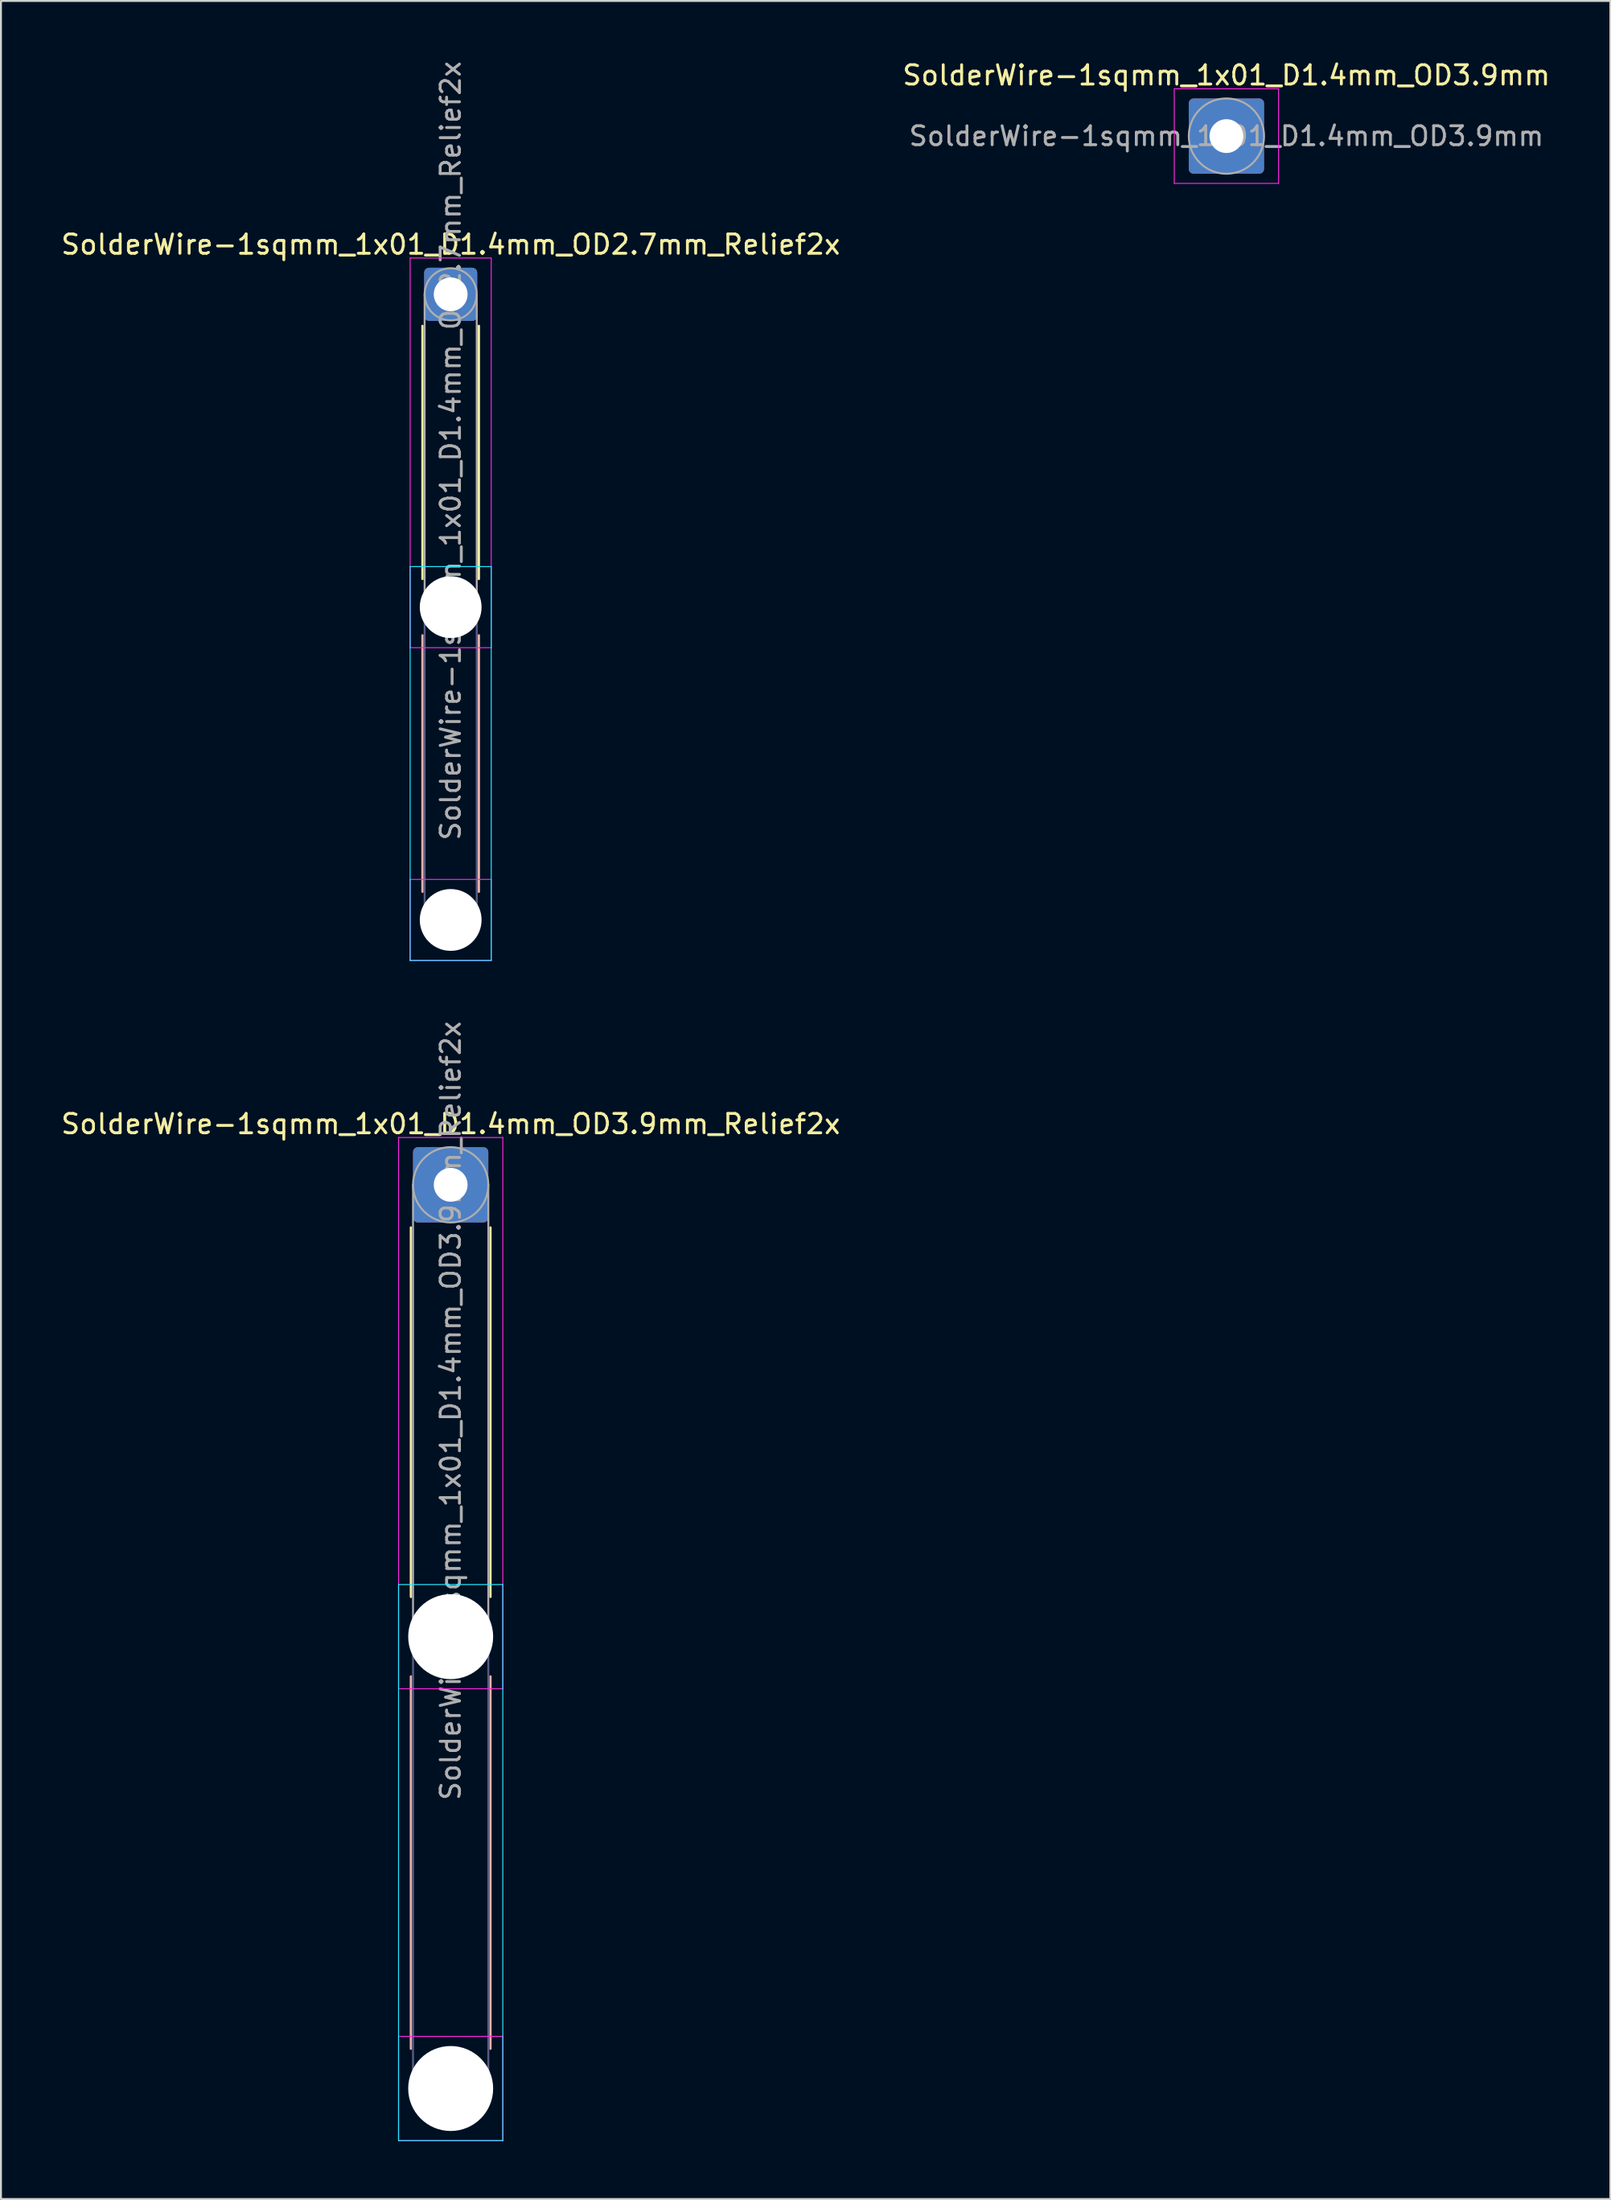
<source format=kicad_pcb>
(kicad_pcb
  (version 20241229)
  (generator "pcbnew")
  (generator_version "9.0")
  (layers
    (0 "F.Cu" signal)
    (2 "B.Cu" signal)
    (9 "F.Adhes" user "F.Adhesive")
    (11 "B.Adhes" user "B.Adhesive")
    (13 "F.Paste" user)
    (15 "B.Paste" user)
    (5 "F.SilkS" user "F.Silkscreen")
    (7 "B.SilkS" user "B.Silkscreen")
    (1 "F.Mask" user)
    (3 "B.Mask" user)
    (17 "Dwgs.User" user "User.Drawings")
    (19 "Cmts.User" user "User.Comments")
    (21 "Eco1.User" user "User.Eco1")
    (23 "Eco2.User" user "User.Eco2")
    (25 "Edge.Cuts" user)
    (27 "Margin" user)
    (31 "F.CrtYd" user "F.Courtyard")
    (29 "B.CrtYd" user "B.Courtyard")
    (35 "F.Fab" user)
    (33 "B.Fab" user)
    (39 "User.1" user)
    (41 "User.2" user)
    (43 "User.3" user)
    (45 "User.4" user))
  (footprint "SolderWire-1sqmm_1x01_D1.4mm_OD3.9mm"
    (layer "F.Cu")
    (at 60.47 3.998)
    (property "Reference" "SolderWire-1sqmm_1x01_D1.4mm_OD3.9mm" (at 0 -3.15 0) (layer "F.SilkS") (effects (font (size 1 1) (thickness 0.15))))
    (attr exclude_from_pos_files exclude_from_bom)
    (fp_line (start -2.7 -2.45) (end -2.7 2.45) (stroke (width 0.05) (type solid)) (layer "F.CrtYd"))
    (fp_line (start -2.7 2.45) (end 2.7 2.45) (stroke (width 0.05) (type solid)) (layer "F.CrtYd"))
    (fp_line (start 2.7 -2.45) (end -2.7 -2.45) (stroke (width 0.05) (type solid)) (layer "F.CrtYd"))
    (fp_line (start 2.7 2.45) (end 2.7 -2.45) (stroke (width 0.05) (type solid)) (layer "F.CrtYd"))
    (fp_circle (center 0 0) (end 1.95 0) (stroke (width 0.1) (type solid)) (fill no) (layer "F.Fab"))
    (fp_text user "${REFERENCE}" (at 0 0 0) (layer "F.Fab") (effects (font (size 0.98 0.98) (thickness 0.15))))
    (pad "1" thru_hole roundrect (at 0 0) (size 3.9 3.9) (drill 1.75) (layers "*.Cu" "*.Mask") (roundrect_rratio 0.064)))
  (footprint "SolderWire-1sqmm_1x01_D1.4mm_OD2.7mm_Relief2x"
    (layer "F.Cu")
    (at 20.292 12.192)
    (property "Reference" "SolderWire-1sqmm_1x01_D1.4mm_OD2.7mm_Relief2x" (at 0 -2.58 0) (layer "F.SilkS") (effects (font (size 1 1) (thickness 0.15))))
    (attr exclude_from_pos_files exclude_from_bom)
    (fp_line (start -1.46 1.635) (end -1.46 14.74) (stroke (width 0.12) (type solid)) (layer "F.SilkS"))
    (fp_line (start 1.46 1.635) (end 1.46 14.74) (stroke (width 0.12) (type solid)) (layer "F.SilkS"))
    (fp_line (start -1.46 17.66) (end -1.46 30.94) (stroke (width 0.12) (type solid)) (layer "B.SilkS"))
    (fp_line (start 1.46 17.66) (end 1.46 30.94) (stroke (width 0.12) (type solid)) (layer "B.SilkS"))
    (fp_line (start -2.1 14.1) (end -2.1 34.5) (stroke (width 0.05) (type solid)) (layer "B.CrtYd"))
    (fp_line (start -2.1 34.5) (end 2.1 34.5) (stroke (width 0.05) (type solid)) (layer "B.CrtYd"))
    (fp_line (start 2.1 14.1) (end -2.1 14.1) (stroke (width 0.05) (type solid)) (layer "B.CrtYd"))
    (fp_line (start 2.1 34.5) (end 2.1 14.1) (stroke (width 0.05) (type solid)) (layer "B.CrtYd"))
    (fp_line (start -2.1 -1.88) (end -2.1 18.3) (stroke (width 0.05) (type solid)) (layer "F.CrtYd"))
    (fp_line (start -2.1 18.3) (end 2.1 18.3) (stroke (width 0.05) (type solid)) (layer "F.CrtYd"))
    (fp_line (start -2.1 30.3) (end -2.1 34.5) (stroke (width 0.05) (type solid)) (layer "F.CrtYd"))
    (fp_line (start -2.1 34.5) (end 2.1 34.5) (stroke (width 0.05) (type solid)) (layer "F.CrtYd"))
    (fp_line (start 2.1 -1.88) (end -2.1 -1.88) (stroke (width 0.05) (type solid)) (layer "F.CrtYd"))
    (fp_line (start 2.1 18.3) (end 2.1 -1.88) (stroke (width 0.05) (type solid)) (layer "F.CrtYd"))
    (fp_line (start 2.1 30.3) (end -2.1 30.3) (stroke (width 0.05) (type solid)) (layer "F.CrtYd"))
    (fp_line (start 2.1 34.5) (end 2.1 30.3) (stroke (width 0.05) (type solid)) (layer "F.CrtYd"))
    (fp_line (start -1.35 16.2) (end -1.35 32.4) (stroke (width 0.1) (type solid)) (layer "B.Fab"))
    (fp_line (start 1.35 16.2) (end 1.35 32.4) (stroke (width 0.1) (type solid)) (layer "B.Fab"))
    (fp_circle (center 0 16.2) (end 1.35 16.2) (stroke (width 0.1) (type solid)) (fill no) (layer "B.Fab"))
    (fp_circle (center 0 32.4) (end 1.35 32.4) (stroke (width 0.1) (type solid)) (fill no) (layer "B.Fab"))
    (fp_line (start -1.35 0) (end -1.35 16.2) (stroke (width 0.1) (type solid)) (layer "F.Fab"))
    (fp_line (start 1.35 0) (end 1.35 16.2) (stroke (width 0.1) (type solid)) (layer "F.Fab"))
    (fp_circle (center 0 0) (end 1.35 0) (stroke (width 0.1) (type solid)) (fill no) (layer "F.Fab"))
    (fp_circle (center 0 16.2) (end 1.35 16.2) (stroke (width 0.1) (type solid)) (fill no) (layer "F.Fab"))
    (fp_circle (center 0 32.4) (end 1.35 32.4) (stroke (width 0.1) (type solid)) (fill no) (layer "F.Fab"))
    (fp_text user "${REFERENCE}" (at 0 8.1 90) (layer "F.Fab") (effects (font (size 1 1) (thickness 0.15))))
    (pad "" np_thru_hole circle (at 0 16.2) (size 3.2 3.2) (drill 3.2) (layers "*.Cu" "*.Mask"))
    (pad "" np_thru_hole circle (at 0 32.4) (size 3.2 3.2) (drill 3.2) (layers "*.Cu" "*.Mask"))
    (pad "1" thru_hole roundrect (at 0 0) (size 2.75 2.75) (drill 1.75) (layers "*.Cu" "*.Mask") (roundrect_rratio 0.091)))
  (footprint "SolderWire-1sqmm_1x01_D1.4mm_OD3.9mm_Relief2x"
    (layer "F.Cu")
    (at 20.292 58.308)
    (property "Reference" "SolderWire-1sqmm_1x01_D1.4mm_OD3.9mm_Relief2x" (at 0 -3.15 0) (layer "F.SilkS") (effects (font (size 1 1) (thickness 0.15))))
    (attr exclude_from_pos_files exclude_from_bom)
    (fp_line (start -2.06 2.21) (end -2.06 21.34) (stroke (width 0.12) (type solid)) (layer "F.SilkS"))
    (fp_line (start 2.06 2.21) (end 2.06 21.34) (stroke (width 0.12) (type solid)) (layer "F.SilkS"))
    (fp_line (start -2.06 25.46) (end -2.06 44.74) (stroke (width 0.12) (type solid)) (layer "B.SilkS"))
    (fp_line (start 2.06 25.46) (end 2.06 44.74) (stroke (width 0.12) (type solid)) (layer "B.SilkS"))
    (fp_line (start -2.7 20.7) (end -2.7 49.5) (stroke (width 0.05) (type solid)) (layer "B.CrtYd"))
    (fp_line (start -2.7 49.5) (end 2.7 49.5) (stroke (width 0.05) (type solid)) (layer "B.CrtYd"))
    (fp_line (start 2.7 20.7) (end -2.7 20.7) (stroke (width 0.05) (type solid)) (layer "B.CrtYd"))
    (fp_line (start 2.7 49.5) (end 2.7 20.7) (stroke (width 0.05) (type solid)) (layer "B.CrtYd"))
    (fp_line (start -2.7 -2.45) (end -2.7 26.1) (stroke (width 0.05) (type solid)) (layer "F.CrtYd"))
    (fp_line (start -2.7 26.1) (end 2.7 26.1) (stroke (width 0.05) (type solid)) (layer "F.CrtYd"))
    (fp_line (start -2.7 44.1) (end -2.7 49.5) (stroke (width 0.05) (type solid)) (layer "F.CrtYd"))
    (fp_line (start -2.7 49.5) (end 2.7 49.5) (stroke (width 0.05) (type solid)) (layer "F.CrtYd"))
    (fp_line (start 2.7 -2.45) (end -2.7 -2.45) (stroke (width 0.05) (type solid)) (layer "F.CrtYd"))
    (fp_line (start 2.7 26.1) (end 2.7 -2.45) (stroke (width 0.05) (type solid)) (layer "F.CrtYd"))
    (fp_line (start 2.7 44.1) (end -2.7 44.1) (stroke (width 0.05) (type solid)) (layer "F.CrtYd"))
    (fp_line (start 2.7 49.5) (end 2.7 44.1) (stroke (width 0.05) (type solid)) (layer "F.CrtYd"))
    (fp_line (start -1.95 23.4) (end -1.95 46.8) (stroke (width 0.1) (type solid)) (layer "B.Fab"))
    (fp_line (start 1.95 23.4) (end 1.95 46.8) (stroke (width 0.1) (type solid)) (layer "B.Fab"))
    (fp_circle (center 0 23.4) (end 1.95 23.4) (stroke (width 0.1) (type solid)) (fill no) (layer "B.Fab"))
    (fp_circle (center 0 46.8) (end 1.95 46.8) (stroke (width 0.1) (type solid)) (fill no) (layer "B.Fab"))
    (fp_line (start -1.95 0) (end -1.95 23.4) (stroke (width 0.1) (type solid)) (layer "F.Fab"))
    (fp_line (start 1.95 0) (end 1.95 23.4) (stroke (width 0.1) (type solid)) (layer "F.Fab"))
    (fp_circle (center 0 0) (end 1.95 0) (stroke (width 0.1) (type solid)) (fill no) (layer "F.Fab"))
    (fp_circle (center 0 23.4) (end 1.95 23.4) (stroke (width 0.1) (type solid)) (fill no) (layer "F.Fab"))
    (fp_circle (center 0 46.8) (end 1.95 46.8) (stroke (width 0.1) (type solid)) (fill no) (layer "F.Fab"))
    (fp_text user "${REFERENCE}" (at 0 11.7 90) (layer "F.Fab") (effects (font (size 1 1) (thickness 0.15))))
    (pad "" np_thru_hole circle (at 0 23.4) (size 4.4 4.4) (drill 4.4) (layers "*.Cu" "*.Mask"))
    (pad "" np_thru_hole circle (at 0 46.8) (size 4.4 4.4) (drill 4.4) (layers "*.Cu" "*.Mask"))
    (pad "1" thru_hole roundrect (at 0 0) (size 3.9 3.9) (drill 1.75) (layers "*.Cu" "*.Mask") (roundrect_rratio 0.064)))
  (gr_rect
    (start -3 -3)
    (end 80.357 110.833)
    (stroke (width 0.1) (type default))
    (fill no)
    (layer "Edge.Cuts")))
</source>
